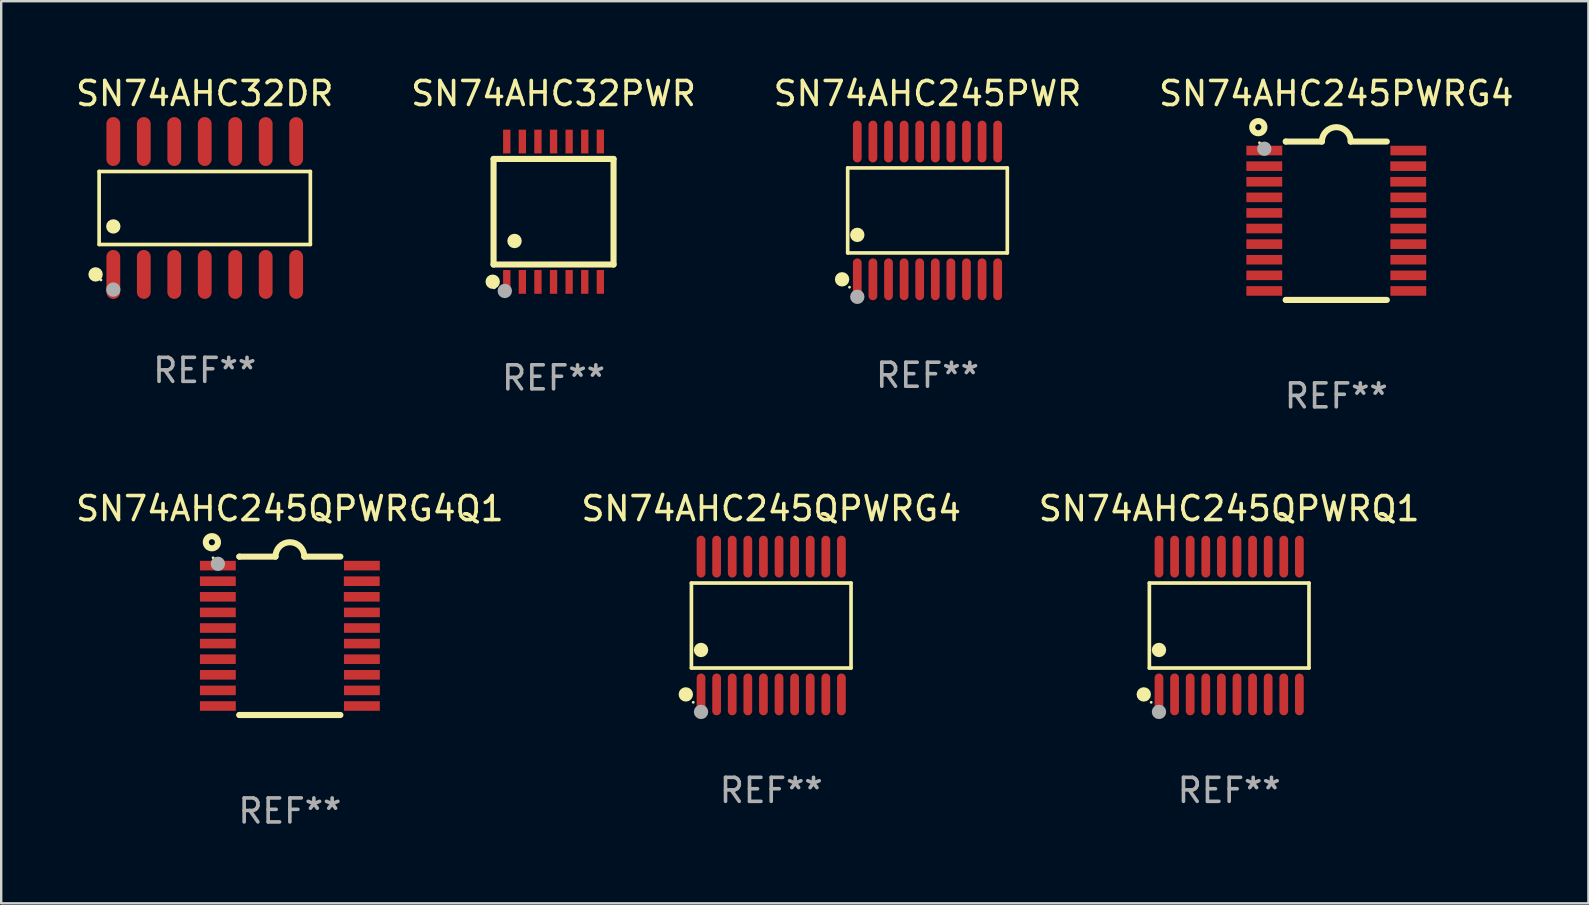
<source format=kicad_pcb>
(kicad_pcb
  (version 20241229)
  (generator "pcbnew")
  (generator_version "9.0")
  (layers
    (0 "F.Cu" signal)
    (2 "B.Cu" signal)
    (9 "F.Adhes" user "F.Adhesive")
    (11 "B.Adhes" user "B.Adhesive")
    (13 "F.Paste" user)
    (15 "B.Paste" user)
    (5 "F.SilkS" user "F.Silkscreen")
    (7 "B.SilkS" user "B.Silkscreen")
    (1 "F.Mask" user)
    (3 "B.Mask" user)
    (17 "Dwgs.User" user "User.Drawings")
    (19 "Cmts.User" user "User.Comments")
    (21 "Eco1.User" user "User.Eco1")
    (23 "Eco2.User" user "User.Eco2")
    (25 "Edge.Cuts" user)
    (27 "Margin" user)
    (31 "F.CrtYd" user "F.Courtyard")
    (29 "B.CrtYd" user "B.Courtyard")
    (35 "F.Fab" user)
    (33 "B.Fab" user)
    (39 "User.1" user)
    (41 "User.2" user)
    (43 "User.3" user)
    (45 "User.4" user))
  (footprint "SN74AHC245PWRG4"
    (layer "F.Cu")
    (at 52.637 6.149)
    (property "Reference" "SN74AHC245PWRG4" (at 0 -5.3 0) (layer "F.SilkS") (effects (font (size 1 1) (thickness 0.15))))
    (attr through_hole)
    (fp_line (start -2.105 -3.3) (end -2.105 -3.3) (stroke (width 0.254) (type solid)) (layer "F.SilkS"))
    (fp_line (start -2.105 -3.3) (end -0.6 -3.3) (stroke (width 0.254) (type solid)) (layer "F.SilkS"))
    (fp_line (start -2.105 3.3) (end -2.105 3.3) (stroke (width 0.254) (type solid)) (layer "F.SilkS"))
    (fp_line (start 0.6 -3.3) (end 2.105 -3.3) (stroke (width 0.254) (type solid)) (layer "F.SilkS"))
    (fp_line (start 2.105 3.3) (end -2.105 3.3) (stroke (width 0.254) (type solid)) (layer "F.SilkS"))
    (fp_arc (start -0.599924 -3.300026) (mid 0.000114 -3.897415) (end 0.600152 -3.300025) (stroke (width 0.254001) (type solid)) (layer "F.SilkS"))
    (fp_circle (center -3.25 -3.9) (end -2.996 -3.9) (stroke (width 0.254) (type solid)) (fill no) (layer "F.SilkS"))
    (fp_circle (center -3.2 -3.25) (end -3.17 -3.25) (stroke (width 0.06) (type solid)) (fill no) (layer "F.SilkS"))
    (fp_circle (center -3 -3) (end -2.85 -3) (stroke (width 0.3) (type solid)) (fill no) (layer "F.Fab"))
    (fp_text user "REF**" (at 0 7.3 0) (layer "F.Fab") (effects (font (size 1 1) (thickness 0.15))))
    (pad "1" smd rect (at -3.001 -2.925 270) (size 0.4 1.494) (layers "F.Cu" "F.Mask" "F.Paste"))
    (pad "2" smd rect (at -3.001 -2.275 270) (size 0.4 1.494) (layers "F.Cu" "F.Mask" "F.Paste"))
    (pad "3" smd rect (at -3.001 -1.625 270) (size 0.4 1.494) (layers "F.Cu" "F.Mask" "F.Paste"))
    (pad "4" smd rect (at -3.001 -0.975 270) (size 0.4 1.494) (layers "F.Cu" "F.Mask" "F.Paste"))
    (pad "5" smd rect (at -3.001 -0.325 270) (size 0.4 1.494) (layers "F.Cu" "F.Mask" "F.Paste"))
    (pad "6" smd rect (at -3.001 0.324 270) (size 0.4 1.494) (layers "F.Cu" "F.Mask" "F.Paste"))
    (pad "7" smd rect (at -3.001 0.975 270) (size 0.4 1.494) (layers "F.Cu" "F.Mask" "F.Paste"))
    (pad "8" smd rect (at -3.001 1.625 270) (size 0.4 1.494) (layers "F.Cu" "F.Mask" "F.Paste"))
    (pad "9" smd rect (at -3.001 2.275 270) (size 0.4 1.494) (layers "F.Cu" "F.Mask" "F.Paste"))
    (pad "10" smd rect (at -3.001 2.925 270) (size 0.4 1.494) (layers "F.Cu" "F.Mask" "F.Paste"))
    (pad "11" smd rect (at 3.001 2.925 270) (size 0.4 1.494) (layers "F.Cu" "F.Mask" "F.Paste"))
    (pad "12" smd rect (at 3.001 2.275 270) (size 0.4 1.494) (layers "F.Cu" "F.Mask" "F.Paste"))
    (pad "13" smd rect (at 3.001 1.625 270) (size 0.4 1.494) (layers "F.Cu" "F.Mask" "F.Paste"))
    (pad "14" smd rect (at 3.001 0.975 270) (size 0.4 1.494) (layers "F.Cu" "F.Mask" "F.Paste"))
    (pad "15" smd rect (at 3.001 0.325 270) (size 0.4 1.494) (layers "F.Cu" "F.Mask" "F.Paste"))
    (pad "16" smd rect (at 3.001 -0.325 270) (size 0.4 1.494) (layers "F.Cu" "F.Mask" "F.Paste"))
    (pad "17" smd rect (at 3.001 -0.975 270) (size 0.4 1.494) (layers "F.Cu" "F.Mask" "F.Paste"))
    (pad "18" smd rect (at 2.996 -1.625 270) (size 0.4 1.494) (layers "F.Cu" "F.Mask" "F.Paste"))
    (pad "19" smd rect (at 2.996 -2.275 270) (size 0.4 1.494) (layers "F.Cu" "F.Mask" "F.Paste"))
    (pad "20" smd rect (at 3.001 -2.925 270) (size 0.4 1.494) (layers "F.Cu" "F.Mask" "F.Paste")))
  (footprint "SN74AHC245QPWRQ1"
    (layer "F.Cu")
    (at 48.173 23.017)
    (property "Reference" "SN74AHC245QPWRQ1" (at 0 -4.871 0) (layer "F.SilkS") (effects (font (size 1 1) (thickness 0.15))))
    (attr through_hole)
    (fp_line (start -3.326 -1.771) (end 3.326 -1.771) (stroke (width 0.152) (type solid)) (layer "F.SilkS"))
    (fp_line (start -3.326 1.771) (end -3.326 -1.771) (stroke (width 0.152) (type solid)) (layer "F.SilkS"))
    (fp_line (start 3.326 -1.771) (end 3.326 1.771) (stroke (width 0.152) (type solid)) (layer "F.SilkS"))
    (fp_line (start 3.326 1.771) (end -3.326 1.771) (stroke (width 0.152) (type solid)) (layer "F.SilkS"))
    (fp_circle (center -3.559 2.871) (end -3.409 2.871) (stroke (width 0.3) (type solid)) (fill no) (layer "F.SilkS"))
    (fp_circle (center -3.25 3.2) (end -3.22 3.2) (stroke (width 0.06) (type solid)) (fill no) (layer "F.SilkS"))
    (fp_circle (center -2.925 1.019) (end -2.775 1.019) (stroke (width 0.3) (type solid)) (fill no) (layer "F.SilkS"))
    (fp_circle (center -2.925 3.6) (end -2.775 3.6) (stroke (width 0.3) (type solid)) (fill no) (layer "F.Fab"))
    (fp_text user "REF**" (at 0 6.871 0) (layer "F.Fab") (effects (font (size 1 1) (thickness 0.15))))
    (pad "1" smd oval (at -2.925 2.871) (size 0.364 1.742) (layers "F.Cu" "F.Mask" "F.Paste"))
    (pad "2" smd oval (at -2.275 2.871) (size 0.364 1.742) (layers "F.Cu" "F.Mask" "F.Paste"))
    (pad "3" smd oval (at -1.625 2.871) (size 0.364 1.742) (layers "F.Cu" "F.Mask" "F.Paste"))
    (pad "4" smd oval (at -0.975 2.871) (size 0.364 1.742) (layers "F.Cu" "F.Mask" "F.Paste"))
    (pad "5" smd oval (at -0.325 2.871) (size 0.364 1.742) (layers "F.Cu" "F.Mask" "F.Paste"))
    (pad "6" smd oval (at 0.325 2.871) (size 0.364 1.742) (layers "F.Cu" "F.Mask" "F.Paste"))
    (pad "7" smd oval (at 0.975 2.871) (size 0.364 1.742) (layers "F.Cu" "F.Mask" "F.Paste"))
    (pad "8" smd oval (at 1.625 2.871) (size 0.364 1.742) (layers "F.Cu" "F.Mask" "F.Paste"))
    (pad "9" smd oval (at 2.275 2.871) (size 0.364 1.742) (layers "F.Cu" "F.Mask" "F.Paste"))
    (pad "10" smd oval (at 2.925 2.871) (size 0.364 1.742) (layers "F.Cu" "F.Mask" "F.Paste"))
    (pad "11" smd oval (at 2.925 -2.871) (size 0.364 1.742) (layers "F.Cu" "F.Mask" "F.Paste"))
    (pad "12" smd oval (at 2.275 -2.871) (size 0.364 1.742) (layers "F.Cu" "F.Mask" "F.Paste"))
    (pad "13" smd oval (at 1.625 -2.871) (size 0.364 1.742) (layers "F.Cu" "F.Mask" "F.Paste"))
    (pad "14" smd oval (at 0.975 -2.871) (size 0.364 1.742) (layers "F.Cu" "F.Mask" "F.Paste"))
    (pad "15" smd oval (at 0.325 -2.871) (size 0.364 1.742) (layers "F.Cu" "F.Mask" "F.Paste"))
    (pad "16" smd oval (at -0.325 -2.871) (size 0.364 1.742) (layers "F.Cu" "F.Mask" "F.Paste"))
    (pad "17" smd oval (at -0.975 -2.871) (size 0.364 1.742) (layers "F.Cu" "F.Mask" "F.Paste"))
    (pad "18" smd oval (at -1.625 -2.871) (size 0.364 1.742) (layers "F.Cu" "F.Mask" "F.Paste"))
    (pad "19" smd oval (at -2.275 -2.871) (size 0.364 1.742) (layers "F.Cu" "F.Mask" "F.Paste"))
    (pad "20" smd oval (at -2.925 -2.871) (size 0.364 1.742) (layers "F.Cu" "F.Mask" "F.Paste")))
  (footprint "SN74AHC245QPWRG4"
    (layer "F.Cu")
    (at 29.089 23.017)
    (property "Reference" "SN74AHC245QPWRG4" (at 0 -4.871 0) (layer "F.SilkS") (effects (font (size 1 1) (thickness 0.15))))
    (attr through_hole)
    (fp_line (start -3.326 -1.771) (end 3.326 -1.771) (stroke (width 0.152) (type solid)) (layer "F.SilkS"))
    (fp_line (start -3.326 1.771) (end -3.326 -1.771) (stroke (width 0.152) (type solid)) (layer "F.SilkS"))
    (fp_line (start 3.326 -1.771) (end 3.326 1.771) (stroke (width 0.152) (type solid)) (layer "F.SilkS"))
    (fp_line (start 3.326 1.771) (end -3.326 1.771) (stroke (width 0.152) (type solid)) (layer "F.SilkS"))
    (fp_circle (center -3.559 2.871) (end -3.409 2.871) (stroke (width 0.3) (type solid)) (fill no) (layer "F.SilkS"))
    (fp_circle (center -3.25 3.2) (end -3.22 3.2) (stroke (width 0.06) (type solid)) (fill no) (layer "F.SilkS"))
    (fp_circle (center -2.925 1.019) (end -2.775 1.019) (stroke (width 0.3) (type solid)) (fill no) (layer "F.SilkS"))
    (fp_circle (center -2.925 3.6) (end -2.775 3.6) (stroke (width 0.3) (type solid)) (fill no) (layer "F.Fab"))
    (fp_text user "REF**" (at 0 6.871 0) (layer "F.Fab") (effects (font (size 1 1) (thickness 0.15))))
    (pad "1" smd oval (at -2.925 2.871) (size 0.364 1.742) (layers "F.Cu" "F.Mask" "F.Paste"))
    (pad "2" smd oval (at -2.275 2.871) (size 0.364 1.742) (layers "F.Cu" "F.Mask" "F.Paste"))
    (pad "3" smd oval (at -1.625 2.871) (size 0.364 1.742) (layers "F.Cu" "F.Mask" "F.Paste"))
    (pad "4" smd oval (at -0.975 2.871) (size 0.364 1.742) (layers "F.Cu" "F.Mask" "F.Paste"))
    (pad "5" smd oval (at -0.325 2.871) (size 0.364 1.742) (layers "F.Cu" "F.Mask" "F.Paste"))
    (pad "6" smd oval (at 0.325 2.871) (size 0.364 1.742) (layers "F.Cu" "F.Mask" "F.Paste"))
    (pad "7" smd oval (at 0.975 2.871) (size 0.364 1.742) (layers "F.Cu" "F.Mask" "F.Paste"))
    (pad "8" smd oval (at 1.625 2.871) (size 0.364 1.742) (layers "F.Cu" "F.Mask" "F.Paste"))
    (pad "9" smd oval (at 2.275 2.871) (size 0.364 1.742) (layers "F.Cu" "F.Mask" "F.Paste"))
    (pad "10" smd oval (at 2.925 2.871) (size 0.364 1.742) (layers "F.Cu" "F.Mask" "F.Paste"))
    (pad "11" smd oval (at 2.925 -2.871) (size 0.364 1.742) (layers "F.Cu" "F.Mask" "F.Paste"))
    (pad "12" smd oval (at 2.275 -2.871) (size 0.364 1.742) (layers "F.Cu" "F.Mask" "F.Paste"))
    (pad "13" smd oval (at 1.625 -2.871) (size 0.364 1.742) (layers "F.Cu" "F.Mask" "F.Paste"))
    (pad "14" smd oval (at 0.975 -2.871) (size 0.364 1.742) (layers "F.Cu" "F.Mask" "F.Paste"))
    (pad "15" smd oval (at 0.325 -2.871) (size 0.364 1.742) (layers "F.Cu" "F.Mask" "F.Paste"))
    (pad "16" smd oval (at -0.325 -2.871) (size 0.364 1.742) (layers "F.Cu" "F.Mask" "F.Paste"))
    (pad "17" smd oval (at -0.975 -2.871) (size 0.364 1.742) (layers "F.Cu" "F.Mask" "F.Paste"))
    (pad "18" smd oval (at -1.625 -2.871) (size 0.364 1.742) (layers "F.Cu" "F.Mask" "F.Paste"))
    (pad "19" smd oval (at -2.275 -2.871) (size 0.364 1.742) (layers "F.Cu" "F.Mask" "F.Paste"))
    (pad "20" smd oval (at -2.925 -2.871) (size 0.364 1.742) (layers "F.Cu" "F.Mask" "F.Paste")))
  (footprint "SN74AHC32DR"
    (layer "F.Cu")
    (at 5.482 5.617)
    (property "Reference" "SN74AHC32DR" (at 0 -4.769 0) (layer "F.SilkS") (effects (font (size 1 1) (thickness 0.15))))
    (attr through_hole)
    (fp_line (start -4.401 -1.521) (end 4.401 -1.521) (stroke (width 0.152) (type solid)) (layer "F.SilkS"))
    (fp_line (start -4.401 1.521) (end -4.401 -1.521) (stroke (width 0.152) (type solid)) (layer "F.SilkS"))
    (fp_line (start 4.401 -1.521) (end 4.401 1.521) (stroke (width 0.152) (type solid)) (layer "F.SilkS"))
    (fp_line (start 4.401 1.521) (end -4.401 1.521) (stroke (width 0.152) (type solid)) (layer "F.SilkS"))
    (fp_circle (center -4.549 2.769) (end -4.399 2.769) (stroke (width 0.3) (type solid)) (fill no) (layer "F.SilkS"))
    (fp_circle (center -4.325 3) (end -4.295 3) (stroke (width 0.06) (type solid)) (fill no) (layer "F.SilkS"))
    (fp_circle (center -3.81 0.769) (end -3.66 0.769) (stroke (width 0.3) (type solid)) (fill no) (layer "F.SilkS"))
    (fp_circle (center -3.81 3.4) (end -3.66 3.4) (stroke (width 0.3) (type solid)) (fill no) (layer "F.Fab"))
    (fp_text user "REF**" (at 0 6.769 0) (layer "F.Fab") (effects (font (size 1 1) (thickness 0.15))))
    (pad "1" smd oval (at -3.81 2.769) (size 0.574 2.038) (layers "F.Cu" "F.Mask" "F.Paste"))
    (pad "2" smd oval (at -2.54 2.769) (size 0.574 2.038) (layers "F.Cu" "F.Mask" "F.Paste"))
    (pad "3" smd oval (at -1.27 2.769) (size 0.574 2.038) (layers "F.Cu" "F.Mask" "F.Paste"))
    (pad "4" smd oval (at 0 2.769) (size 0.574 2.038) (layers "F.Cu" "F.Mask" "F.Paste"))
    (pad "5" smd oval (at 1.27 2.769) (size 0.574 2.038) (layers "F.Cu" "F.Mask" "F.Paste"))
    (pad "6" smd oval (at 2.54 2.769) (size 0.574 2.038) (layers "F.Cu" "F.Mask" "F.Paste"))
    (pad "7" smd oval (at 3.81 2.769) (size 0.574 2.038) (layers "F.Cu" "F.Mask" "F.Paste"))
    (pad "8" smd oval (at 3.81 -2.769) (size 0.574 2.038) (layers "F.Cu" "F.Mask" "F.Paste"))
    (pad "9" smd oval (at 2.54 -2.769) (size 0.574 2.038) (layers "F.Cu" "F.Mask" "F.Paste"))
    (pad "10" smd oval (at 1.27 -2.769) (size 0.574 2.038) (layers "F.Cu" "F.Mask" "F.Paste"))
    (pad "11" smd oval (at 0 -2.769) (size 0.574 2.038) (layers "F.Cu" "F.Mask" "F.Paste"))
    (pad "12" smd oval (at -1.27 -2.769) (size 0.574 2.038) (layers "F.Cu" "F.Mask" "F.Paste"))
    (pad "13" smd oval (at -2.54 -2.769) (size 0.574 2.038) (layers "F.Cu" "F.Mask" "F.Paste"))
    (pad "14" smd oval (at -3.81 -2.769) (size 0.574 2.038) (layers "F.Cu" "F.Mask" "F.Paste")))
  (footprint "SN74AHC32PWR"
    (layer "F.Cu")
    (at 20.018 5.773)
    (property "Reference" "SN74AHC32PWR" (at 0 -4.925 0) (layer "F.SilkS") (effects (font (size 1 1) (thickness 0.15))))
    (attr through_hole)
    (fp_line (start -2.5 2.2) (end -2.5 -2.2) (stroke (width 0.254) (type solid)) (layer "F.SilkS"))
    (fp_line (start -2.5 2.2) (end 2.5 2.2) (stroke (width 0.254) (type solid)) (layer "F.SilkS"))
    (fp_line (start 2.5 -2.2) (end -2.5 -2.2) (stroke (width 0.254) (type solid)) (layer "F.SilkS"))
    (fp_line (start 2.5 -2.2) (end 2.5 2.2) (stroke (width 0.254) (type solid)) (layer "F.SilkS"))
    (fp_circle (center -2.536 2.917) (end -2.386 2.917) (stroke (width 0.3) (type solid)) (fill no) (layer "F.SilkS"))
    (fp_circle (center -2.47 3.17) (end -2.44 3.17) (stroke (width 0.06) (type solid)) (fill no) (layer "F.SilkS"))
    (fp_circle (center -1.626 1.219) (end -1.475 1.219) (stroke (width 0.3) (type solid)) (fill no) (layer "F.SilkS"))
    (fp_circle (center -2.032 3.302) (end -1.882 3.302) (stroke (width 0.3) (type solid)) (fill no) (layer "F.Fab"))
    (fp_text user "REF**" (at 0 6.925 0) (layer "F.Fab") (effects (font (size 1 1) (thickness 0.15))))
    (pad "1" smd rect (at -1.95 2.925) (size 0.305 0.991) (layers "F.Cu" "F.Mask" "F.Paste"))
    (pad "2" smd rect (at -1.3 2.925) (size 0.305 0.991) (layers "F.Cu" "F.Mask" "F.Paste"))
    (pad "3" smd rect (at -0.65 2.925) (size 0.305 0.991) (layers "F.Cu" "F.Mask" "F.Paste"))
    (pad "4" smd rect (at 0 2.925) (size 0.305 0.991) (layers "F.Cu" "F.Mask" "F.Paste"))
    (pad "5" smd rect (at 0.65 2.925) (size 0.305 0.991) (layers "F.Cu" "F.Mask" "F.Paste"))
    (pad "6" smd rect (at 1.3 2.925) (size 0.305 0.991) (layers "F.Cu" "F.Mask" "F.Paste"))
    (pad "7" smd rect (at 1.95 2.925) (size 0.305 0.991) (layers "F.Cu" "F.Mask" "F.Paste"))
    (pad "8" smd rect (at 1.95 -2.925) (size 0.305 0.991) (layers "F.Cu" "F.Mask" "F.Paste"))
    (pad "9" smd rect (at 1.3 -2.925) (size 0.305 0.991) (layers "F.Cu" "F.Mask" "F.Paste"))
    (pad "10" smd rect (at 0.65 -2.925) (size 0.305 0.991) (layers "F.Cu" "F.Mask" "F.Paste"))
    (pad "11" smd rect (at 0 -2.925) (size 0.305 0.991) (layers "F.Cu" "F.Mask" "F.Paste"))
    (pad "12" smd rect (at -0.65 -2.925) (size 0.305 0.991) (layers "F.Cu" "F.Mask" "F.Paste"))
    (pad "13" smd rect (at -1.3 -2.925) (size 0.305 0.991) (layers "F.Cu" "F.Mask" "F.Paste"))
    (pad "14" smd rect (at -1.95 -2.925) (size 0.305 0.991) (layers "F.Cu" "F.Mask" "F.Paste")))
  (footprint "SN74AHC245PWR"
    (layer "F.Cu")
    (at 35.601 5.719)
    (property "Reference" "SN74AHC245PWR" (at 0 -4.871 0) (layer "F.SilkS") (effects (font (size 1 1) (thickness 0.15))))
    (attr through_hole)
    (fp_line (start -3.326 -1.771) (end 3.326 -1.771) (stroke (width 0.152) (type solid)) (layer "F.SilkS"))
    (fp_line (start -3.326 1.771) (end -3.326 -1.771) (stroke (width 0.152) (type solid)) (layer "F.SilkS"))
    (fp_line (start 3.326 -1.771) (end 3.326 1.771) (stroke (width 0.152) (type solid)) (layer "F.SilkS"))
    (fp_line (start 3.326 1.771) (end -3.326 1.771) (stroke (width 0.152) (type solid)) (layer "F.SilkS"))
    (fp_circle (center -3.559 2.871) (end -3.409 2.871) (stroke (width 0.3) (type solid)) (fill no) (layer "F.SilkS"))
    (fp_circle (center -3.25 3.2) (end -3.22 3.2) (stroke (width 0.06) (type solid)) (fill no) (layer "F.SilkS"))
    (fp_circle (center -2.925 1.019) (end -2.775 1.019) (stroke (width 0.3) (type solid)) (fill no) (layer "F.SilkS"))
    (fp_circle (center -2.925 3.6) (end -2.775 3.6) (stroke (width 0.3) (type solid)) (fill no) (layer "F.Fab"))
    (fp_text user "REF**" (at 0 6.871 0) (layer "F.Fab") (effects (font (size 1 1) (thickness 0.15))))
    (pad "1" smd oval (at -2.925 2.871) (size 0.364 1.742) (layers "F.Cu" "F.Mask" "F.Paste"))
    (pad "2" smd oval (at -2.275 2.871) (size 0.364 1.742) (layers "F.Cu" "F.Mask" "F.Paste"))
    (pad "3" smd oval (at -1.625 2.871) (size 0.364 1.742) (layers "F.Cu" "F.Mask" "F.Paste"))
    (pad "4" smd oval (at -0.975 2.871) (size 0.364 1.742) (layers "F.Cu" "F.Mask" "F.Paste"))
    (pad "5" smd oval (at -0.325 2.871) (size 0.364 1.742) (layers "F.Cu" "F.Mask" "F.Paste"))
    (pad "6" smd oval (at 0.325 2.871) (size 0.364 1.742) (layers "F.Cu" "F.Mask" "F.Paste"))
    (pad "7" smd oval (at 0.975 2.871) (size 0.364 1.742) (layers "F.Cu" "F.Mask" "F.Paste"))
    (pad "8" smd oval (at 1.625 2.871) (size 0.364 1.742) (layers "F.Cu" "F.Mask" "F.Paste"))
    (pad "9" smd oval (at 2.275 2.871) (size 0.364 1.742) (layers "F.Cu" "F.Mask" "F.Paste"))
    (pad "10" smd oval (at 2.925 2.871) (size 0.364 1.742) (layers "F.Cu" "F.Mask" "F.Paste"))
    (pad "11" smd oval (at 2.925 -2.871) (size 0.364 1.742) (layers "F.Cu" "F.Mask" "F.Paste"))
    (pad "12" smd oval (at 2.275 -2.871) (size 0.364 1.742) (layers "F.Cu" "F.Mask" "F.Paste"))
    (pad "13" smd oval (at 1.625 -2.871) (size 0.364 1.742) (layers "F.Cu" "F.Mask" "F.Paste"))
    (pad "14" smd oval (at 0.975 -2.871) (size 0.364 1.742) (layers "F.Cu" "F.Mask" "F.Paste"))
    (pad "15" smd oval (at 0.325 -2.871) (size 0.364 1.742) (layers "F.Cu" "F.Mask" "F.Paste"))
    (pad "16" smd oval (at -0.325 -2.871) (size 0.364 1.742) (layers "F.Cu" "F.Mask" "F.Paste"))
    (pad "17" smd oval (at -0.975 -2.871) (size 0.364 1.742) (layers "F.Cu" "F.Mask" "F.Paste"))
    (pad "18" smd oval (at -1.625 -2.871) (size 0.364 1.742) (layers "F.Cu" "F.Mask" "F.Paste"))
    (pad "19" smd oval (at -2.275 -2.871) (size 0.364 1.742) (layers "F.Cu" "F.Mask" "F.Paste"))
    (pad "20" smd oval (at -2.925 -2.871) (size 0.364 1.742) (layers "F.Cu" "F.Mask" "F.Paste")))
  (footprint "SN74AHC245QPWRG4Q1"
    (layer "F.Cu")
    (at 9.03 23.446)
    (property "Reference" "SN74AHC245QPWRG4Q1" (at 0 -5.3 0) (layer "F.SilkS") (effects (font (size 1 1) (thickness 0.15))))
    (attr through_hole)
    (fp_line (start -2.105 -3.3) (end -2.105 -3.3) (stroke (width 0.254) (type solid)) (layer "F.SilkS"))
    (fp_line (start -2.105 -3.3) (end -0.6 -3.3) (stroke (width 0.254) (type solid)) (layer "F.SilkS"))
    (fp_line (start -2.105 3.3) (end -2.105 3.3) (stroke (width 0.254) (type solid)) (layer "F.SilkS"))
    (fp_line (start 0.6 -3.3) (end 2.105 -3.3) (stroke (width 0.254) (type solid)) (layer "F.SilkS"))
    (fp_line (start 2.105 3.3) (end -2.105 3.3) (stroke (width 0.254) (type solid)) (layer "F.SilkS"))
    (fp_arc (start -0.599924 -3.300026) (mid 0.000114 -3.897415) (end 0.600152 -3.300025) (stroke (width 0.254001) (type solid)) (layer "F.SilkS"))
    (fp_circle (center -3.25 -3.9) (end -2.996 -3.9) (stroke (width 0.254) (type solid)) (fill no) (layer "F.SilkS"))
    (fp_circle (center -3.2 -3.25) (end -3.17 -3.25) (stroke (width 0.06) (type solid)) (fill no) (layer "F.SilkS"))
    (fp_circle (center -3 -3) (end -2.85 -3) (stroke (width 0.3) (type solid)) (fill no) (layer "F.Fab"))
    (fp_text user "REF**" (at 0 7.3 0) (layer "F.Fab") (effects (font (size 1 1) (thickness 0.15))))
    (pad "1" smd rect (at -3.001 -2.925 270) (size 0.4 1.494) (layers "F.Cu" "F.Mask" "F.Paste"))
    (pad "2" smd rect (at -3.001 -2.275 270) (size 0.4 1.494) (layers "F.Cu" "F.Mask" "F.Paste"))
    (pad "3" smd rect (at -3.001 -1.625 270) (size 0.4 1.494) (layers "F.Cu" "F.Mask" "F.Paste"))
    (pad "4" smd rect (at -3.001 -0.975 270) (size 0.4 1.494) (layers "F.Cu" "F.Mask" "F.Paste"))
    (pad "5" smd rect (at -3.001 -0.325 270) (size 0.4 1.494) (layers "F.Cu" "F.Mask" "F.Paste"))
    (pad "6" smd rect (at -3.001 0.324 270) (size 0.4 1.494) (layers "F.Cu" "F.Mask" "F.Paste"))
    (pad "7" smd rect (at -3.001 0.975 270) (size 0.4 1.494) (layers "F.Cu" "F.Mask" "F.Paste"))
    (pad "8" smd rect (at -3.001 1.625 270) (size 0.4 1.494) (layers "F.Cu" "F.Mask" "F.Paste"))
    (pad "9" smd rect (at -3.001 2.275 270) (size 0.4 1.494) (layers "F.Cu" "F.Mask" "F.Paste"))
    (pad "10" smd rect (at -3.001 2.925 270) (size 0.4 1.494) (layers "F.Cu" "F.Mask" "F.Paste"))
    (pad "11" smd rect (at 3.001 2.925 270) (size 0.4 1.494) (layers "F.Cu" "F.Mask" "F.Paste"))
    (pad "12" smd rect (at 3.001 2.275 270) (size 0.4 1.494) (layers "F.Cu" "F.Mask" "F.Paste"))
    (pad "13" smd rect (at 3.001 1.625 270) (size 0.4 1.494) (layers "F.Cu" "F.Mask" "F.Paste"))
    (pad "14" smd rect (at 3.001 0.975 270) (size 0.4 1.494) (layers "F.Cu" "F.Mask" "F.Paste"))
    (pad "15" smd rect (at 3.001 0.325 270) (size 0.4 1.494) (layers "F.Cu" "F.Mask" "F.Paste"))
    (pad "16" smd rect (at 3.001 -0.325 270) (size 0.4 1.494) (layers "F.Cu" "F.Mask" "F.Paste"))
    (pad "17" smd rect (at 3.001 -0.975 270) (size 0.4 1.494) (layers "F.Cu" "F.Mask" "F.Paste"))
    (pad "18" smd rect (at 2.996 -1.625 270) (size 0.4 1.494) (layers "F.Cu" "F.Mask" "F.Paste"))
    (pad "19" smd rect (at 2.996 -2.275 270) (size 0.4 1.494) (layers "F.Cu" "F.Mask" "F.Paste"))
    (pad "20" smd rect (at 3.001 -2.925 270) (size 0.4 1.494) (layers "F.Cu" "F.Mask" "F.Paste")))
  (gr_rect
    (start -3 -3)
    (end 63.143 34.595)
    (stroke (width 0.1) (type default))
    (fill no)
    (layer "Edge.Cuts")))
</source>
